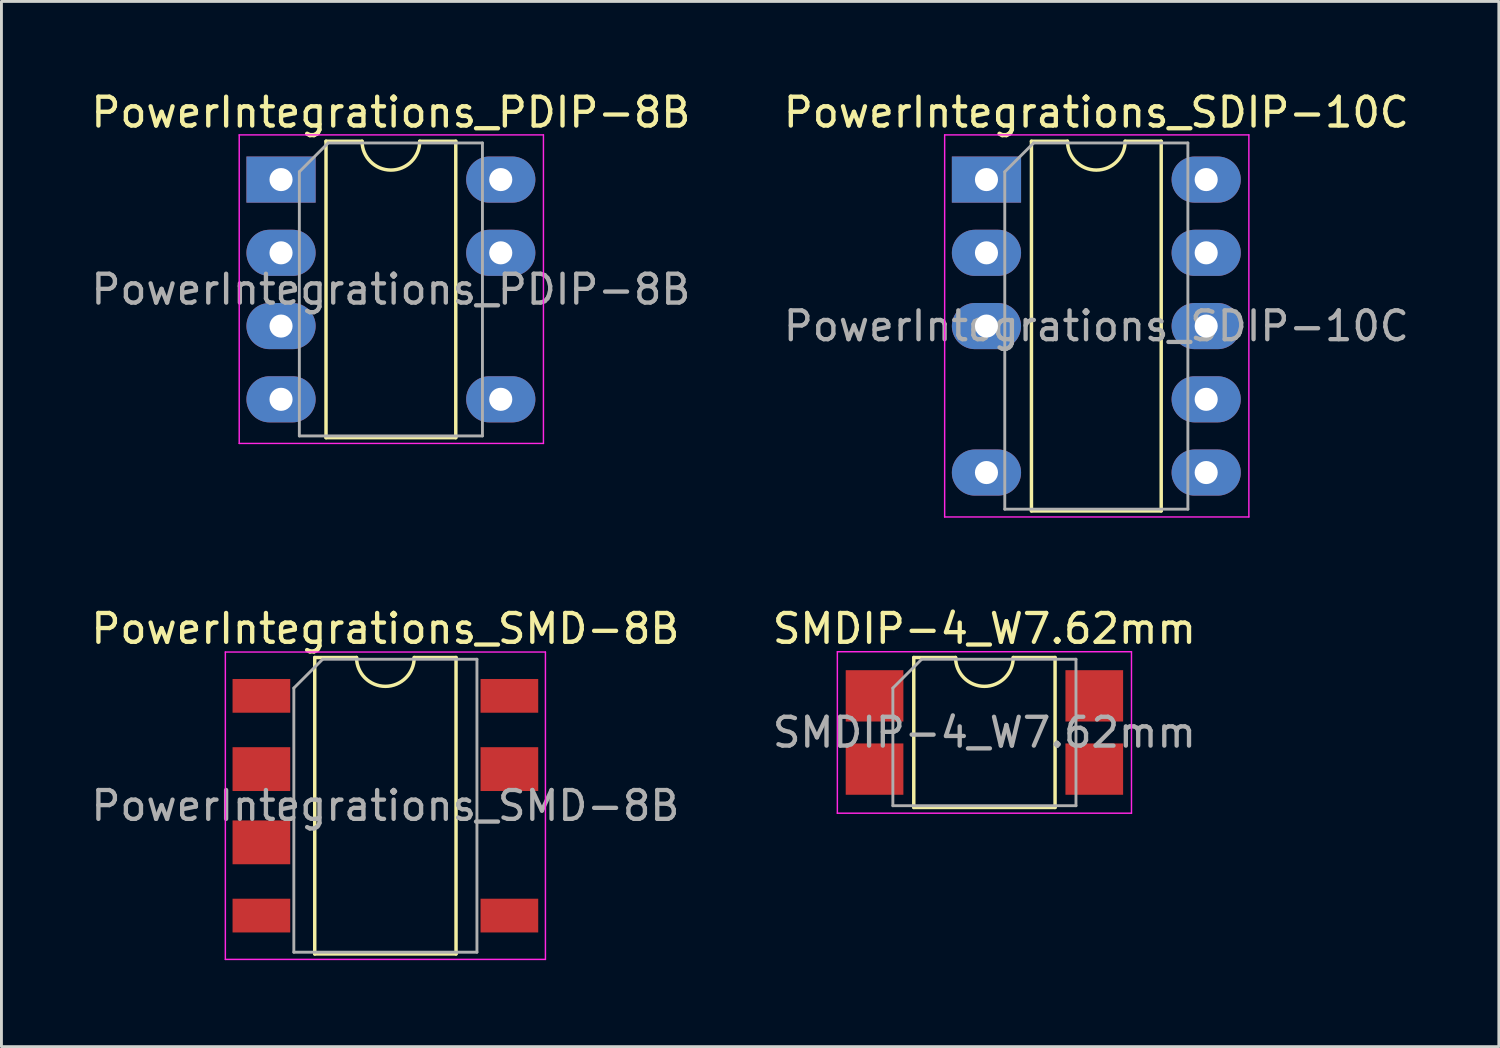
<source format=kicad_pcb>
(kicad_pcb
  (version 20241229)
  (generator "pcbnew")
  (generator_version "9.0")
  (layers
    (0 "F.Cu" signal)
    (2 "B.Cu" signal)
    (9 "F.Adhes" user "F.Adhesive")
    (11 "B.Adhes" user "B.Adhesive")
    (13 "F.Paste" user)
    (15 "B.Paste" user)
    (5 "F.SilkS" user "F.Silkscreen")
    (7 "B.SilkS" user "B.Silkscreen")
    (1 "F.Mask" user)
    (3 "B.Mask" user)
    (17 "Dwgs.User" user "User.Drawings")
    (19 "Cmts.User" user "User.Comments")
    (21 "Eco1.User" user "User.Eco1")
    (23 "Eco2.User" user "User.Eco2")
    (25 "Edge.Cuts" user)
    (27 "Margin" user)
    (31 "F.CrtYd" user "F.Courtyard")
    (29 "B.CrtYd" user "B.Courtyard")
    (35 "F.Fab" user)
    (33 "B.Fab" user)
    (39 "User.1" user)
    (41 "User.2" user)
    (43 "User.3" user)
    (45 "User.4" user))
  (footprint "SMDIP-4_W7.62mm"
    (layer "F.Cu")
    (at 31.089 22.352)
    (property "Reference" "SMDIP-4_W7.62mm" (at 0 -3.6 0) (layer "F.SilkS") (effects (font (size 1 1) (thickness 0.15))))
    (attr smd)
    (fp_line (start -2.45 -2.6) (end -2.45 2.6) (stroke (width 0.12) (type solid)) (layer "F.SilkS"))
    (fp_line (start -2.45 2.6) (end 2.45 2.6) (stroke (width 0.12) (type solid)) (layer "F.SilkS"))
    (fp_line (start -1 -2.6) (end -2.45 -2.6) (stroke (width 0.12) (type solid)) (layer "F.SilkS"))
    (fp_line (start 2.45 -2.6) (end 1 -2.6) (stroke (width 0.12) (type solid)) (layer "F.SilkS"))
    (fp_line (start 2.45 2.6) (end 2.45 -2.6) (stroke (width 0.12) (type solid)) (layer "F.SilkS"))
    (fp_arc (start 1 -2.6) (mid 0 -1.6) (end -1 -2.6) (stroke (width 0.12) (type solid)) (layer "F.SilkS"))
    (fp_line (start -5.1 -2.8) (end -5.1 2.8) (stroke (width 0.05) (type solid)) (layer "F.CrtYd"))
    (fp_line (start -5.1 2.8) (end 5.1 2.8) (stroke (width 0.05) (type solid)) (layer "F.CrtYd"))
    (fp_line (start 5.1 -2.8) (end -5.1 -2.8) (stroke (width 0.05) (type solid)) (layer "F.CrtYd"))
    (fp_line (start 5.1 2.8) (end 5.1 -2.8) (stroke (width 0.05) (type solid)) (layer "F.CrtYd"))
    (fp_line (start -3.175 -1.54) (end -2.175 -2.54) (stroke (width 0.1) (type solid)) (layer "F.Fab"))
    (fp_line (start -3.175 2.54) (end -3.175 -1.54) (stroke (width 0.1) (type solid)) (layer "F.Fab"))
    (fp_line (start -2.175 -2.54) (end 3.175 -2.54) (stroke (width 0.1) (type solid)) (layer "F.Fab"))
    (fp_line (start 3.175 -2.54) (end 3.175 2.54) (stroke (width 0.1) (type solid)) (layer "F.Fab"))
    (fp_line (start 3.175 2.54) (end -3.175 2.54) (stroke (width 0.1) (type solid)) (layer "F.Fab"))
    (fp_text user "${REFERENCE}" (at 0 0 0) (layer "F.Fab") (effects (font (size 1 1) (thickness 0.15))))
    (pad "1" smd rect (at -3.81 -1.27) (size 2 1.78) (layers "F.Cu" "F.Mask" "F.Paste"))
    (pad "2" smd rect (at -3.81 1.27) (size 2 1.78) (layers "F.Cu" "F.Mask" "F.Paste"))
    (pad "3" smd rect (at 3.81 1.27) (size 2 1.78) (layers "F.Cu" "F.Mask" "F.Paste"))
    (pad "4" smd rect (at 3.81 -1.27) (size 2 1.78) (layers "F.Cu" "F.Mask" "F.Paste")))
  (footprint "PowerIntegrations_SDIP-10C"
    (layer "F.Cu")
    (at 31.16 3.178)
    (property "Reference" "PowerIntegrations_SDIP-10C" (at 3.81 -2.33 0) (layer "F.SilkS") (effects (font (size 1 1) (thickness 0.15))))
    (attr through_hole)
    (fp_line (start 1.56 -1.33) (end 1.56 11.49) (stroke (width 0.12) (type solid)) (layer "F.SilkS"))
    (fp_line (start 1.56 11.49) (end 6.06 11.49) (stroke (width 0.12) (type solid)) (layer "F.SilkS"))
    (fp_line (start 2.81 -1.33) (end 1.56 -1.33) (stroke (width 0.12) (type solid)) (layer "F.SilkS"))
    (fp_line (start 6.06 -1.33) (end 4.81 -1.33) (stroke (width 0.12) (type solid)) (layer "F.SilkS"))
    (fp_line (start 6.06 11.49) (end 6.06 -1.33) (stroke (width 0.12) (type solid)) (layer "F.SilkS"))
    (fp_arc (start 4.81 -1.33) (mid 3.81 -0.33) (end 2.81 -1.33) (stroke (width 0.12) (type solid)) (layer "F.SilkS"))
    (fp_line (start -1.45 -1.55) (end -1.45 11.7) (stroke (width 0.05) (type solid)) (layer "F.CrtYd"))
    (fp_line (start -1.45 11.7) (end 9.1 11.7) (stroke (width 0.05) (type solid)) (layer "F.CrtYd"))
    (fp_line (start 9.1 -1.55) (end -1.45 -1.55) (stroke (width 0.05) (type solid)) (layer "F.CrtYd"))
    (fp_line (start 9.1 11.7) (end 9.1 -1.55) (stroke (width 0.05) (type solid)) (layer "F.CrtYd"))
    (fp_line (start 0.635 -0.27) (end 1.635 -1.27) (stroke (width 0.1) (type solid)) (layer "F.Fab"))
    (fp_line (start 0.635 11.43) (end 0.635 -0.27) (stroke (width 0.1) (type solid)) (layer "F.Fab"))
    (fp_line (start 1.635 -1.27) (end 6.985 -1.27) (stroke (width 0.1) (type solid)) (layer "F.Fab"))
    (fp_line (start 6.985 -1.27) (end 6.985 11.43) (stroke (width 0.1) (type solid)) (layer "F.Fab"))
    (fp_line (start 6.985 11.43) (end 0.635 11.43) (stroke (width 0.1) (type solid)) (layer "F.Fab"))
    (fp_text user "${REFERENCE}" (at 3.81 5.08 0) (layer "F.Fab") (effects (font (size 1 1) (thickness 0.15))))
    (pad "1" thru_hole rect (at 0 0) (size 2.4 1.6) (drill 0.8) (layers "*.Cu" "*.Mask"))
    (pad "2" thru_hole oval (at 0 2.54) (size 2.4 1.6) (drill 0.8) (layers "*.Cu" "*.Mask"))
    (pad "3" thru_hole oval (at 0 5.08) (size 2.4 1.6) (drill 0.8) (layers "*.Cu" "*.Mask"))
    (pad "5" thru_hole oval (at 0 10.16) (size 2.4 1.6) (drill 0.8) (layers "*.Cu" "*.Mask"))
    (pad "6" thru_hole oval (at 7.62 10.16) (size 2.4 1.6) (drill 0.8) (layers "*.Cu" "*.Mask"))
    (pad "7" thru_hole oval (at 7.62 7.62) (size 2.4 1.6) (drill 0.8) (layers "*.Cu" "*.Mask"))
    (pad "8" thru_hole oval (at 7.62 5.08) (size 2.4 1.6) (drill 0.8) (layers "*.Cu" "*.Mask"))
    (pad "9" thru_hole oval (at 7.62 2.54) (size 2.4 1.6) (drill 0.8) (layers "*.Cu" "*.Mask"))
    (pad "10" thru_hole oval (at 7.62 0) (size 2.4 1.6) (drill 0.8) (layers "*.Cu" "*.Mask")))
  (footprint "PowerIntegrations_SMD-8B"
    (layer "F.Cu")
    (at 10.315 24.892)
    (property "Reference" "PowerIntegrations_SMD-8B" (at 0 -6.14 0) (layer "F.SilkS") (effects (font (size 1 1) (thickness 0.15))))
    (attr smd)
    (fp_line (start -2.45 -5.14) (end -2.45 5.14) (stroke (width 0.12) (type solid)) (layer "F.SilkS"))
    (fp_line (start -2.45 5.14) (end 2.45 5.14) (stroke (width 0.12) (type solid)) (layer "F.SilkS"))
    (fp_line (start -1 -5.14) (end -2.45 -5.14) (stroke (width 0.12) (type solid)) (layer "F.SilkS"))
    (fp_line (start 2.45 -5.14) (end 1 -5.14) (stroke (width 0.12) (type solid)) (layer "F.SilkS"))
    (fp_line (start 2.45 5.14) (end 2.45 -5.14) (stroke (width 0.12) (type solid)) (layer "F.SilkS"))
    (fp_arc (start 1 -5.14) (mid 0 -4.14) (end -1 -5.14) (stroke (width 0.12) (type solid)) (layer "F.SilkS"))
    (fp_line (start -5.55 -5.33) (end -5.55 5.33) (stroke (width 0.05) (type solid)) (layer "F.CrtYd"))
    (fp_line (start -5.55 -5.33) (end 5.55 -5.33) (stroke (width 0.05) (type solid)) (layer "F.CrtYd"))
    (fp_line (start 5.55 5.33) (end -5.55 5.33) (stroke (width 0.05) (type solid)) (layer "F.CrtYd"))
    (fp_line (start 5.55 5.33) (end 5.55 -5.33) (stroke (width 0.05) (type solid)) (layer "F.CrtYd"))
    (fp_line (start -3.175 -4.08) (end -2.175 -5.08) (stroke (width 0.1) (type solid)) (layer "F.Fab"))
    (fp_line (start -3.175 5.08) (end -3.175 -4.08) (stroke (width 0.1) (type solid)) (layer "F.Fab"))
    (fp_line (start -2.175 -5.08) (end 3.175 -5.08) (stroke (width 0.1) (type solid)) (layer "F.Fab"))
    (fp_line (start 3.175 -5.08) (end 3.175 5.08) (stroke (width 0.1) (type solid)) (layer "F.Fab"))
    (fp_line (start 3.175 5.08) (end -3.175 5.08) (stroke (width 0.1) (type solid)) (layer "F.Fab"))
    (fp_text user "${REFERENCE}" (at 0 0 0) (layer "F.Fab") (effects (font (size 1 1) (thickness 0.15))))
    (pad "1" smd rect (at -4.3 -3.81) (size 2 1.17) (layers "F.Cu" "F.Mask" "F.Paste"))
    (pad "2" smd rect (at -4.3 -1.27) (size 2 1.52) (layers "F.Cu" "F.Mask" "F.Paste"))
    (pad "3" smd rect (at -4.3 1.27) (size 2 1.52) (layers "F.Cu" "F.Mask" "F.Paste"))
    (pad "4" smd rect (at -4.3 3.81) (size 2 1.17) (layers "F.Cu" "F.Mask" "F.Paste"))
    (pad "5" smd rect (at 4.3 3.81) (size 2 1.17) (layers "F.Cu" "F.Mask" "F.Paste"))
    (pad "7" smd rect (at 4.3 -1.27) (size 2 1.52) (layers "F.Cu" "F.Mask" "F.Paste"))
    (pad "8" smd rect (at 4.3 -3.81) (size 2 1.17) (layers "F.Cu" "F.Mask" "F.Paste")))
  (footprint "PowerIntegrations_PDIP-8B"
    (layer "F.Cu")
    (at 6.696 3.178)
    (property "Reference" "PowerIntegrations_PDIP-8B" (at 3.81 -2.33 0) (layer "F.SilkS") (effects (font (size 1 1) (thickness 0.15))))
    (attr through_hole)
    (fp_line (start 1.56 -1.33) (end 1.56 8.95) (stroke (width 0.12) (type solid)) (layer "F.SilkS"))
    (fp_line (start 1.56 8.95) (end 6.06 8.95) (stroke (width 0.12) (type solid)) (layer "F.SilkS"))
    (fp_line (start 2.81 -1.33) (end 1.56 -1.33) (stroke (width 0.12) (type solid)) (layer "F.SilkS"))
    (fp_line (start 6.06 -1.33) (end 4.81 -1.33) (stroke (width 0.12) (type solid)) (layer "F.SilkS"))
    (fp_line (start 6.06 8.95) (end 6.06 -1.33) (stroke (width 0.12) (type solid)) (layer "F.SilkS"))
    (fp_arc (start 4.81 -1.33) (mid 3.81 -0.33) (end 2.81 -1.33) (stroke (width 0.12) (type solid)) (layer "F.SilkS"))
    (fp_line (start -1.45 -1.55) (end -1.45 9.15) (stroke (width 0.05) (type solid)) (layer "F.CrtYd"))
    (fp_line (start -1.45 9.15) (end 9.1 9.15) (stroke (width 0.05) (type solid)) (layer "F.CrtYd"))
    (fp_line (start 9.1 -1.55) (end -1.45 -1.55) (stroke (width 0.05) (type solid)) (layer "F.CrtYd"))
    (fp_line (start 9.1 9.15) (end 9.1 -1.55) (stroke (width 0.05) (type solid)) (layer "F.CrtYd"))
    (fp_line (start 0.635 -0.27) (end 1.635 -1.27) (stroke (width 0.1) (type solid)) (layer "F.Fab"))
    (fp_line (start 0.635 8.89) (end 0.635 -0.27) (stroke (width 0.1) (type solid)) (layer "F.Fab"))
    (fp_line (start 1.635 -1.27) (end 6.985 -1.27) (stroke (width 0.1) (type solid)) (layer "F.Fab"))
    (fp_line (start 6.985 -1.27) (end 6.985 8.89) (stroke (width 0.1) (type solid)) (layer "F.Fab"))
    (fp_line (start 6.985 8.89) (end 0.635 8.89) (stroke (width 0.1) (type solid)) (layer "F.Fab"))
    (fp_text user "${REFERENCE}" (at 3.81 3.81 0) (layer "F.Fab") (effects (font (size 1 1) (thickness 0.15))))
    (pad "1" thru_hole rect (at 0 0) (size 2.4 1.6) (drill 0.8) (layers "*.Cu" "*.Mask"))
    (pad "2" thru_hole oval (at 0 2.54) (size 2.4 1.6) (drill 0.8) (layers "*.Cu" "*.Mask"))
    (pad "3" thru_hole oval (at 0 5.08) (size 2.4 1.6) (drill 0.8) (layers "*.Cu" "*.Mask"))
    (pad "4" thru_hole oval (at 0 7.62) (size 2.4 1.6) (drill 0.8) (layers "*.Cu" "*.Mask"))
    (pad "5" thru_hole oval (at 7.62 7.62) (size 2.4 1.6) (drill 0.8) (layers "*.Cu" "*.Mask"))
    (pad "7" thru_hole oval (at 7.62 2.54) (size 2.4 1.6) (drill 0.8) (layers "*.Cu" "*.Mask"))
    (pad "8" thru_hole oval (at 7.62 0) (size 2.4 1.6) (drill 0.8) (layers "*.Cu" "*.Mask")))
  (gr_rect
    (start -3 -3)
    (end 48.929 33.246)
    (stroke (width 0.1) (type default))
    (fill no)
    (layer "Edge.Cuts")))
</source>
